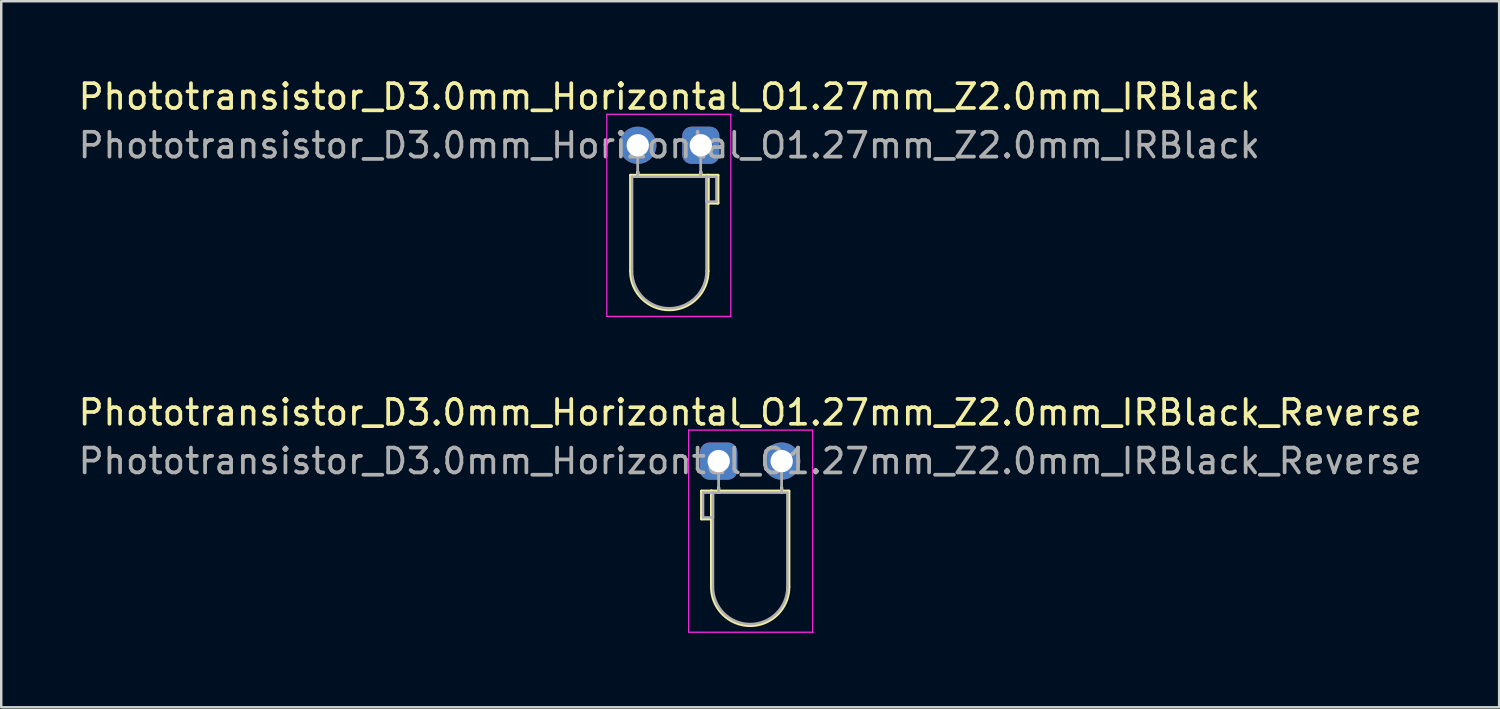
<source format=kicad_pcb>
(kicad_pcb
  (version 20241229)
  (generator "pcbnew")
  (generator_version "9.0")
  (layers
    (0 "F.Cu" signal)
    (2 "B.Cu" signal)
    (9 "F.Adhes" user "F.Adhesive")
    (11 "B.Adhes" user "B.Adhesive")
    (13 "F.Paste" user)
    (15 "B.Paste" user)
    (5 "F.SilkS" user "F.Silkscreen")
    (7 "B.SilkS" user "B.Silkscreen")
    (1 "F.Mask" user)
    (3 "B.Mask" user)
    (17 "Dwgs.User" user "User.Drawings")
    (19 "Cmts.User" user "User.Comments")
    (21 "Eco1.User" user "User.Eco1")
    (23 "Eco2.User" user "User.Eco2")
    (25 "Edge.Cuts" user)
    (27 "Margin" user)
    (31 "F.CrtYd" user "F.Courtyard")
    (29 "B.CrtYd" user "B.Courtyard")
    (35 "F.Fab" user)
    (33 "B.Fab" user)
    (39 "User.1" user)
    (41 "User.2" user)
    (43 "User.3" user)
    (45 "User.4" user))
  (footprint "Phototransistor_D3.0mm_Horizontal_O1.27mm_Z2.0mm_IRBlack"
    (layer "F.Cu")
    (at 25.205 2.808)
    (property "Reference" "Phototransistor_D3.0mm_Horizontal_O1.27mm_Z2.0mm_IRBlack" (at -1.27 -1.96 0) (layer "F.SilkS") (effects (font (size 1 1) (thickness 0.15))))
    (attr through_hole)
    (fp_line (start -2.83 1.21) (end -2.83 5.07) (stroke (width 0.12) (type solid)) (layer "F.SilkS"))
    (fp_line (start -2.83 1.21) (end 0.29 1.21) (stroke (width 0.12) (type solid)) (layer "F.SilkS"))
    (fp_line (start -2.54 1.08) (end -2.54 1.08) (stroke (width 0.12) (type solid)) (layer "F.SilkS"))
    (fp_line (start -2.54 1.08) (end -2.54 1.21) (stroke (width 0.12) (type solid)) (layer "F.SilkS"))
    (fp_line (start -2.54 1.21) (end -2.54 1.08) (stroke (width 0.12) (type solid)) (layer "F.SilkS"))
    (fp_line (start -2.54 1.21) (end -2.54 1.21) (stroke (width 0.12) (type solid)) (layer "F.SilkS"))
    (fp_line (start 0 1.08) (end 0 1.08) (stroke (width 0.12) (type solid)) (layer "F.SilkS"))
    (fp_line (start 0 1.08) (end 0 1.21) (stroke (width 0.12) (type solid)) (layer "F.SilkS"))
    (fp_line (start 0 1.21) (end 0 1.08) (stroke (width 0.12) (type solid)) (layer "F.SilkS"))
    (fp_line (start 0 1.21) (end 0 1.21) (stroke (width 0.12) (type solid)) (layer "F.SilkS"))
    (fp_line (start 0.29 1.21) (end 0.29 5.07) (stroke (width 0.12) (type solid)) (layer "F.SilkS"))
    (fp_line (start 0.29 1.21) (end 0.69 1.21) (stroke (width 0.12) (type solid)) (layer "F.SilkS"))
    (fp_line (start 0.29 2.33) (end 0.29 1.21) (stroke (width 0.12) (type solid)) (layer "F.SilkS"))
    (fp_line (start 0.69 1.21) (end 0.69 2.33) (stroke (width 0.12) (type solid)) (layer "F.SilkS"))
    (fp_line (start 0.69 2.33) (end 0.29 2.33) (stroke (width 0.12) (type solid)) (layer "F.SilkS"))
    (fp_arc (start 0.29 5.07) (mid -1.27 6.63) (end -2.83 5.07) (stroke (width 0.12) (type solid)) (layer "F.SilkS"))
    (fp_line (start -3.79 -1.25) (end -3.79 6.9) (stroke (width 0.05) (type solid)) (layer "F.CrtYd"))
    (fp_line (start -3.79 6.9) (end 1.21 6.9) (stroke (width 0.05) (type solid)) (layer "F.CrtYd"))
    (fp_line (start 1.21 -1.25) (end -3.79 -1.25) (stroke (width 0.05) (type solid)) (layer "F.CrtYd"))
    (fp_line (start 1.21 6.9) (end 1.21 -1.25) (stroke (width 0.05) (type solid)) (layer "F.CrtYd"))
    (fp_line (start -2.77 1.27) (end -2.77 5.07) (stroke (width 0.1) (type solid)) (layer "F.Fab"))
    (fp_line (start -2.77 1.27) (end 0.23 1.27) (stroke (width 0.1) (type solid)) (layer "F.Fab"))
    (fp_line (start -2.54 0) (end -2.54 0) (stroke (width 0.1) (type solid)) (layer "F.Fab"))
    (fp_line (start -2.54 0) (end -2.54 1.27) (stroke (width 0.1) (type solid)) (layer "F.Fab"))
    (fp_line (start -2.54 1.27) (end -2.54 0) (stroke (width 0.1) (type solid)) (layer "F.Fab"))
    (fp_line (start -2.54 1.27) (end -2.54 1.27) (stroke (width 0.1) (type solid)) (layer "F.Fab"))
    (fp_line (start 0 0) (end 0 0) (stroke (width 0.1) (type solid)) (layer "F.Fab"))
    (fp_line (start 0 0) (end 0 1.27) (stroke (width 0.1) (type solid)) (layer "F.Fab"))
    (fp_line (start 0 1.27) (end 0 0) (stroke (width 0.1) (type solid)) (layer "F.Fab"))
    (fp_line (start 0 1.27) (end 0 1.27) (stroke (width 0.1) (type solid)) (layer "F.Fab"))
    (fp_line (start 0.23 1.27) (end 0.23 5.07) (stroke (width 0.1) (type solid)) (layer "F.Fab"))
    (fp_line (start 0.23 1.27) (end 0.63 1.27) (stroke (width 0.1) (type solid)) (layer "F.Fab"))
    (fp_line (start 0.23 2.27) (end 0.23 1.27) (stroke (width 0.1) (type solid)) (layer "F.Fab"))
    (fp_line (start 0.63 1.27) (end 0.63 2.27) (stroke (width 0.1) (type solid)) (layer "F.Fab"))
    (fp_line (start 0.63 2.27) (end 0.23 2.27) (stroke (width 0.1) (type solid)) (layer "F.Fab"))
    (fp_arc (start 0.23 5.07) (mid -1.27 6.57) (end -2.77 5.07) (stroke (width 0.1) (type solid)) (layer "F.Fab"))
    (fp_text user "${REFERENCE}" (at -1.27 0 0) (layer "F.Fab") (effects (font (size 1 1) (thickness 0.15))))
    (pad "1" thru_hole roundrect (at 0 0) (size 1.5 1.5) (drill 0.9) (layers "*.Cu" "*.Mask") (roundrect_rratio 0.25))
    (pad "2" thru_hole circle (at -2.54 0) (size 1.5 1.5) (drill 0.9) (layers "*.Cu" "*.Mask")))
  (footprint "Phototransistor_D3.0mm_Horizontal_O1.27mm_Z2.0mm_IRBlack_Reverse"
    (layer "F.Cu")
    (at 25.926 15.541)
    (property "Reference" "Phototransistor_D3.0mm_Horizontal_O1.27mm_Z2.0mm_IRBlack_Reverse" (at 1.27 -1.96 0) (layer "F.SilkS") (effects (font (size 1 1) (thickness 0.15))))
    (attr through_hole)
    (fp_line (start -0.69 1.21) (end -0.69 2.33) (stroke (width 0.12) (type solid)) (layer "F.SilkS"))
    (fp_line (start -0.69 2.33) (end -0.29 2.33) (stroke (width 0.12) (type solid)) (layer "F.SilkS"))
    (fp_line (start -0.29 1.21) (end -0.69 1.21) (stroke (width 0.12) (type solid)) (layer "F.SilkS"))
    (fp_line (start -0.29 1.21) (end -0.29 5.07) (stroke (width 0.12) (type solid)) (layer "F.SilkS"))
    (fp_line (start -0.29 2.33) (end -0.29 1.21) (stroke (width 0.12) (type solid)) (layer "F.SilkS"))
    (fp_line (start 0 1.08) (end 0 1.08) (stroke (width 0.12) (type solid)) (layer "F.SilkS"))
    (fp_line (start 0 1.08) (end 0 1.21) (stroke (width 0.12) (type solid)) (layer "F.SilkS"))
    (fp_line (start 0 1.21) (end 0 1.08) (stroke (width 0.12) (type solid)) (layer "F.SilkS"))
    (fp_line (start 0 1.21) (end 0 1.21) (stroke (width 0.12) (type solid)) (layer "F.SilkS"))
    (fp_line (start 2.54 1.08) (end 2.54 1.08) (stroke (width 0.12) (type solid)) (layer "F.SilkS"))
    (fp_line (start 2.54 1.08) (end 2.54 1.21) (stroke (width 0.12) (type solid)) (layer "F.SilkS"))
    (fp_line (start 2.54 1.21) (end 2.54 1.08) (stroke (width 0.12) (type solid)) (layer "F.SilkS"))
    (fp_line (start 2.54 1.21) (end 2.54 1.21) (stroke (width 0.12) (type solid)) (layer "F.SilkS"))
    (fp_line (start 2.83 1.21) (end -0.29 1.21) (stroke (width 0.12) (type solid)) (layer "F.SilkS"))
    (fp_line (start 2.83 1.21) (end 2.83 5.07) (stroke (width 0.12) (type solid)) (layer "F.SilkS"))
    (fp_arc (start 2.83 5.07) (mid 1.27 6.63) (end -0.29 5.07) (stroke (width 0.12) (type solid)) (layer "F.SilkS"))
    (fp_line (start -1.21 -1.25) (end 3.79 -1.25) (stroke (width 0.05) (type solid)) (layer "F.CrtYd"))
    (fp_line (start -1.21 6.9) (end -1.21 -1.25) (stroke (width 0.05) (type solid)) (layer "F.CrtYd"))
    (fp_line (start -1.19 6.9) (end 3.81 6.9) (stroke (width 0.05) (type solid)) (layer "F.CrtYd"))
    (fp_line (start 3.79 -1.25) (end 3.79 6.9) (stroke (width 0.05) (type solid)) (layer "F.CrtYd"))
    (fp_line (start -0.63 1.27) (end -0.63 2.27) (stroke (width 0.1) (type solid)) (layer "F.Fab"))
    (fp_line (start -0.63 2.27) (end -0.23 2.27) (stroke (width 0.1) (type solid)) (layer "F.Fab"))
    (fp_line (start -0.23 1.27) (end -0.63 1.27) (stroke (width 0.1) (type solid)) (layer "F.Fab"))
    (fp_line (start -0.23 1.27) (end -0.23 5.07) (stroke (width 0.1) (type solid)) (layer "F.Fab"))
    (fp_line (start -0.23 2.27) (end -0.23 1.27) (stroke (width 0.1) (type solid)) (layer "F.Fab"))
    (fp_line (start 0 0) (end 0 0) (stroke (width 0.1) (type solid)) (layer "F.Fab"))
    (fp_line (start 0 0) (end 0 1.27) (stroke (width 0.1) (type solid)) (layer "F.Fab"))
    (fp_line (start 0 1.27) (end 0 0) (stroke (width 0.1) (type solid)) (layer "F.Fab"))
    (fp_line (start 0 1.27) (end 0 1.27) (stroke (width 0.1) (type solid)) (layer "F.Fab"))
    (fp_line (start 2.54 0) (end 2.54 0) (stroke (width 0.1) (type solid)) (layer "F.Fab"))
    (fp_line (start 2.54 0) (end 2.54 1.27) (stroke (width 0.1) (type solid)) (layer "F.Fab"))
    (fp_line (start 2.54 1.27) (end 2.54 0) (stroke (width 0.1) (type solid)) (layer "F.Fab"))
    (fp_line (start 2.54 1.27) (end 2.54 1.27) (stroke (width 0.1) (type solid)) (layer "F.Fab"))
    (fp_line (start 2.77 1.27) (end -0.23 1.27) (stroke (width 0.1) (type solid)) (layer "F.Fab"))
    (fp_line (start 2.77 1.27) (end 2.77 5.07) (stroke (width 0.1) (type solid)) (layer "F.Fab"))
    (fp_arc (start 2.77 5.07) (mid 1.27 6.57) (end -0.23 5.07) (stroke (width 0.1) (type solid)) (layer "F.Fab"))
    (fp_text user "${REFERENCE}" (at 1.27 0 0) (layer "F.Fab") (effects (font (size 1 1) (thickness 0.15))))
    (pad "1" thru_hole roundrect (at 0 0) (size 1.5 1.5) (drill 0.9) (layers "*.Cu" "*.Mask") (roundrect_rratio 0.25))
    (pad "2" thru_hole circle (at 2.54 0) (size 1.5 1.5) (drill 0.9) (layers "*.Cu" "*.Mask")))
  (gr_rect
    (start -3 -3)
    (end 57.393 25.466)
    (stroke (width 0.1) (type default))
    (fill no)
    (layer "Edge.Cuts")))
</source>
